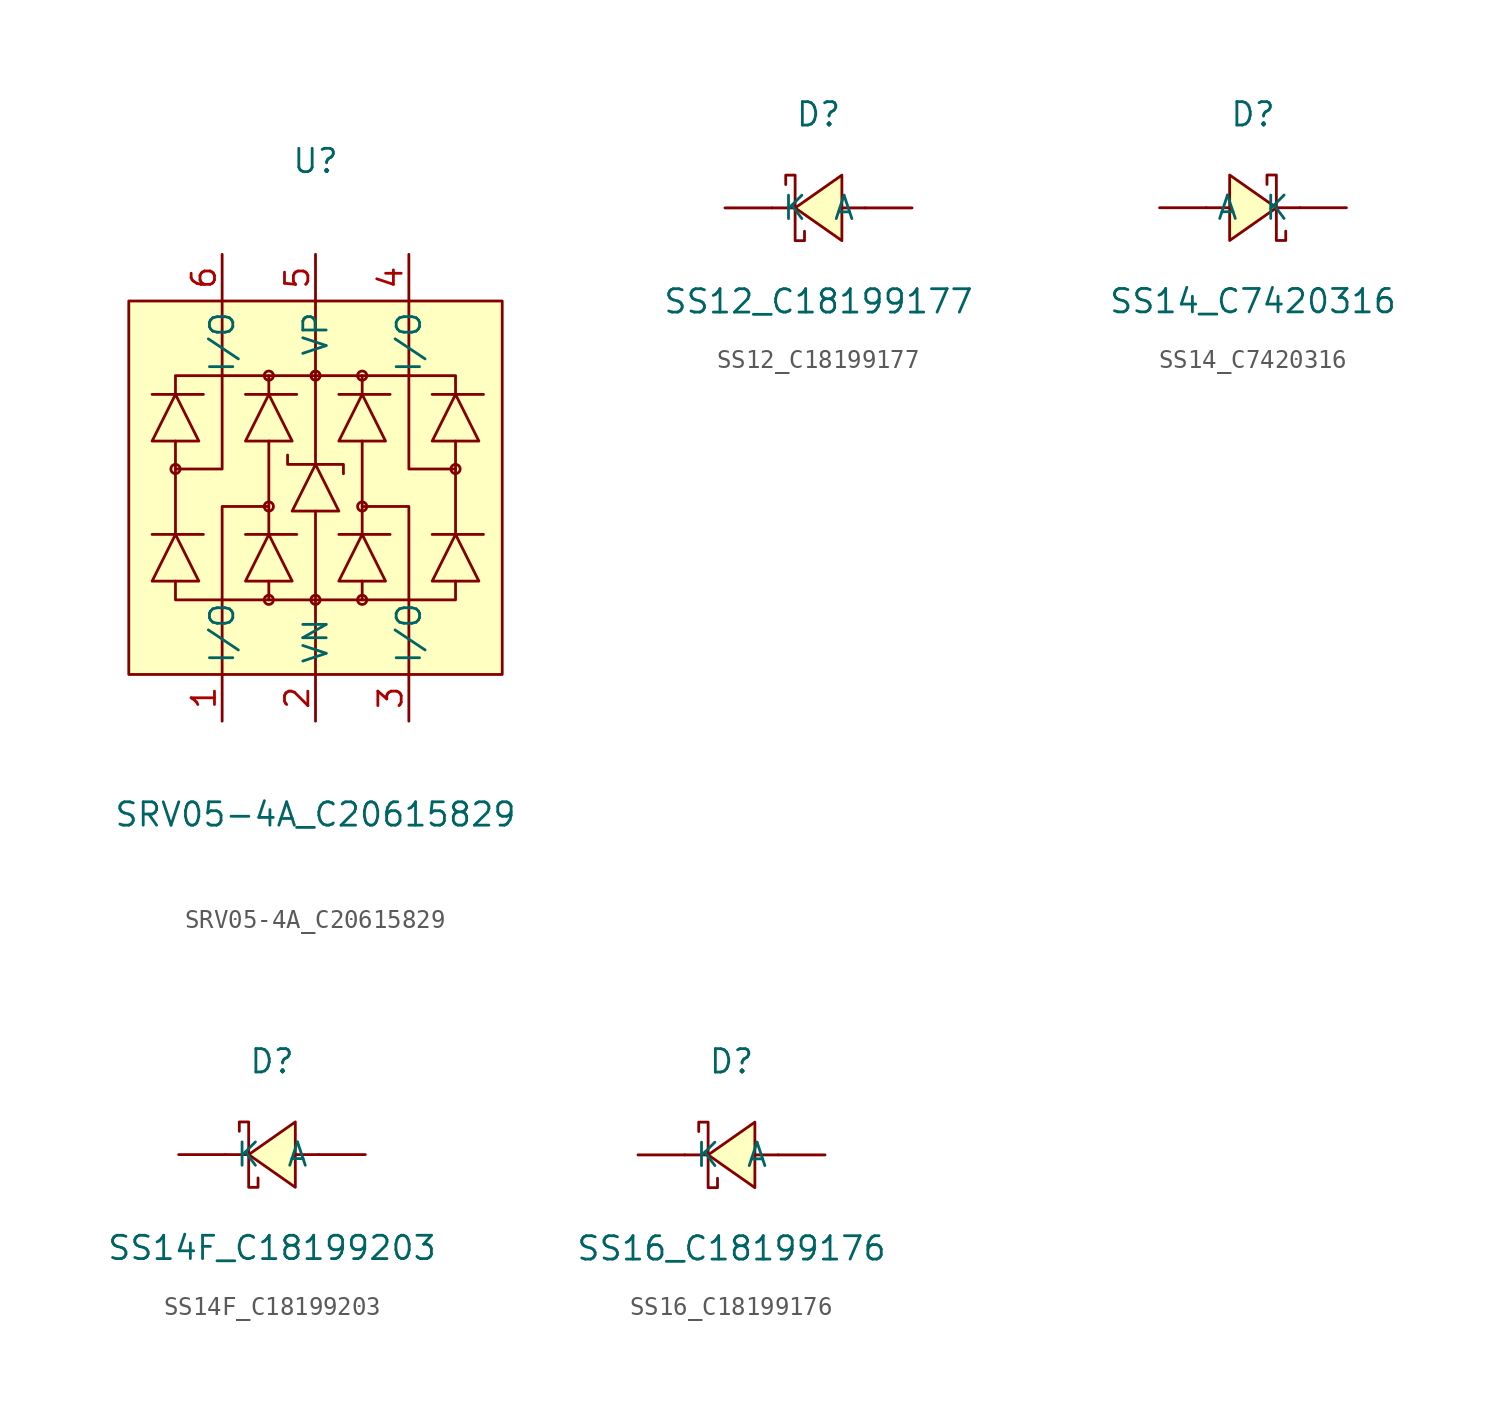
<source format=kicad_sym>
(kicad_symbol_lib
  (version 20241209)
  (generator "kicad_symbol_editor")
  (generator_version "9.0")
  (symbol "SRV05-4A_C20615829"
    (property "Reference" "U"
      (at 0 17.78 0)
      (effects (font (size 1.27 1.27))))
    (property "Value" "SRV05-4A_C20615829"
      (at 0 -17.78 0)
      (effects (font (size 1.27 1.27))))
    (symbol "SRV05-4A_C20615829_0_1"
      (rectangle (start -10.16 10.16) (end 10.16 -10.16) (stroke (width 0) (type default)) (fill (type background)))
      (polyline (pts (xy -8.89 2.54) (xy -7.62 5.08) (xy -6.35 2.54) (xy -8.89 2.54)) (stroke (width 0) (type default)) (fill (type background)))
      (polyline (pts (xy -8.89 -5.08) (xy -7.62 -2.54) (xy -6.35 -5.08) (xy -8.89 -5.08)) (stroke (width 0) (type default)) (fill (type background)))
      (polyline (pts (xy -7.62 5.08) (xy -7.62 6.1) (xy 7.62 6.1) (xy 7.62 5.08)) (stroke (width 0) (type default)) (fill (type none)))
      (polyline (pts (xy -7.62 2.54) (xy -7.62 -2.54)) (stroke (width 0) (type default)) (fill (type none)))
      (circle (center -7.62 1.02) (radius 0.25) (stroke (width 0) (type default)) (fill (type none)))
      (polyline (pts (xy -7.62 1.02) (xy -5.08 1.02) (xy -5.08 10.16)) (stroke (width 0) (type default)) (fill (type none)))
      (polyline (pts (xy -7.62 -5.08) (xy -7.62 -6.1) (xy 7.62 -6.1) (xy 7.62 -5.08)) (stroke (width 0) (type default)) (fill (type none)))
      (polyline (pts (xy -6.1 5.08) (xy -8.89 5.08)) (stroke (width 0) (type default)) (fill (type none)))
      (polyline (pts (xy -6.1 -2.54) (xy -8.89 -2.54)) (stroke (width 0) (type default)) (fill (type none)))
      (polyline (pts (xy -3.81 2.54) (xy -2.54 5.08) (xy -1.27 2.54) (xy -3.81 2.54)) (stroke (width 0) (type default)) (fill (type background)))
      (polyline (pts (xy -3.81 -5.08) (xy -2.54 -2.54) (xy -1.27 -5.08) (xy -3.81 -5.08)) (stroke (width 0) (type default)) (fill (type background)))
      (circle (center -2.54 6.1) (radius 0.25) (stroke (width 0) (type default)) (fill (type none)))
      (polyline (pts (xy -2.54 5.08) (xy -2.54 6.1)) (stroke (width 0) (type default)) (fill (type none)))
      (polyline (pts (xy -2.54 2.54) (xy -2.54 -2.54)) (stroke (width 0) (type default)) (fill (type none)))
      (circle (center -2.54 -1.02) (radius 0.25) (stroke (width 0) (type default)) (fill (type none)))
      (polyline (pts (xy -2.54 -1.02) (xy -5.08 -1.02) (xy -5.08 -10.16)) (stroke (width 0) (type default)) (fill (type none)))
      (polyline (pts (xy -2.54 -5.08) (xy -2.54 -6.1)) (stroke (width 0) (type default)) (fill (type none)))
      (circle (center -2.54 -6.1) (radius 0.25) (stroke (width 0) (type default)) (fill (type none)))
      (polyline (pts (xy -1.02 5.08) (xy -3.81 5.08)) (stroke (width 0) (type default)) (fill (type none)))
      (polyline (pts (xy -1.02 -2.54) (xy -3.81 -2.54)) (stroke (width 0) (type default)) (fill (type none)))
      (polyline (pts (xy 0 7.62) (xy 0 10.16)) (stroke (width 0) (type default)) (fill (type none)))
      (circle (center 0 6.1) (radius 0.25) (stroke (width 0) (type default)) (fill (type none)))
      (polyline (pts (xy 0 1.27) (xy 0 7.62)) (stroke (width 0) (type default)) (fill (type none)))
      (polyline (pts (xy 0 -1.27) (xy 0 -10.16)) (stroke (width 0) (type default)) (fill (type none)))
      (circle (center 0 -6.1) (radius 0.25) (stroke (width 0) (type default)) (fill (type none)))
      (polyline (pts (xy 1.27 2.54) (xy 2.54 5.08) (xy 3.81 2.54) (xy 1.27 2.54)) (stroke (width 0) (type default)) (fill (type background)))
      (polyline (pts (xy 1.27 -1.27) (xy 0 1.27) (xy -1.27 -1.27) (xy 1.27 -1.27)) (stroke (width 0) (type default)) (fill (type background)))
      (polyline (pts (xy 1.27 -5.08) (xy 2.54 -2.54) (xy 3.81 -5.08) (xy 1.27 -5.08)) (stroke (width 0) (type default)) (fill (type background)))
      (polyline (pts (xy 1.52 0.76) (xy 1.52 0.76) (xy 1.52 1.27) (xy -1.52 1.27) (xy -1.52 1.78) (xy -1.52 1.78)) (stroke (width 0) (type default)) (fill (type none)))
      (circle (center 2.54 6.1) (radius 0.25) (stroke (width 0) (type default)) (fill (type none)))
      (polyline (pts (xy 2.54 5.08) (xy 2.54 6.1)) (stroke (width 0) (type default)) (fill (type none)))
      (polyline (pts (xy 2.54 2.54) (xy 2.54 -2.54)) (stroke (width 0) (type default)) (fill (type none)))
      (polyline (pts (xy 2.54 -1.02) (xy 5.08 -1.02) (xy 5.08 -10.16)) (stroke (width 0) (type default)) (fill (type none)))
      (circle (center 2.54 -1.02) (radius 0.25) (stroke (width 0) (type default)) (fill (type none)))
      (polyline (pts (xy 2.54 -5.08) (xy 2.54 -6.1)) (stroke (width 0) (type default)) (fill (type none)))
      (circle (center 2.54 -6.1) (radius 0.25) (stroke (width 0) (type default)) (fill (type none)))
      (polyline (pts (xy 4.06 5.08) (xy 1.27 5.08)) (stroke (width 0) (type default)) (fill (type none)))
      (polyline (pts (xy 4.06 -2.54) (xy 1.27 -2.54)) (stroke (width 0) (type default)) (fill (type none)))
      (polyline (pts (xy 6.35 2.54) (xy 7.62 5.08) (xy 8.89 2.54) (xy 6.35 2.54)) (stroke (width 0) (type default)) (fill (type background)))
      (polyline (pts (xy 6.35 -5.08) (xy 7.62 -2.54) (xy 8.89 -5.08) (xy 6.35 -5.08)) (stroke (width 0) (type default)) (fill (type background)))
      (polyline (pts (xy 7.62 2.54) (xy 7.62 -2.54)) (stroke (width 0) (type default)) (fill (type none)))
      (polyline (pts (xy 7.62 1.02) (xy 5.08 1.02) (xy 5.08 10.16)) (stroke (width 0) (type default)) (fill (type none)))
      (circle (center 7.62 1.02) (radius 0.25) (stroke (width 0) (type default)) (fill (type none)))
      (polyline (pts (xy 9.14 5.08) (xy 6.35 5.08)) (stroke (width 0) (type default)) (fill (type none)))
      (polyline (pts (xy 9.14 -2.54) (xy 6.35 -2.54)) (stroke (width 0) (type default)) (fill (type none)))
      (pin unspecified line (at -5.08 12.7 270) (length 2.54) (name "I/O" (effects (font (size 1.27 1.27)))) (number "6" (effects (font (size 1.27 1.27)))))
      (pin unspecified line (at -5.08 -12.7 90) (length 2.54) (name "I/O" (effects (font (size 1.27 1.27)))) (number "1" (effects (font (size 1.27 1.27)))))
      (pin unspecified line (at 0 12.7 270) (length 2.54) (name "VP" (effects (font (size 1.27 1.27)))) (number "5" (effects (font (size 1.27 1.27)))))
      (pin unspecified line (at 0 -12.7 90) (length 2.54) (name "VN" (effects (font (size 1.27 1.27)))) (number "2" (effects (font (size 1.27 1.27)))))
      (pin unspecified line (at 5.08 12.7 270) (length 2.54) (name "I/O" (effects (font (size 1.27 1.27)))) (number "4" (effects (font (size 1.27 1.27)))))
      (pin unspecified line (at 5.08 -12.7 90) (length 2.54) (name "I/O" (effects (font (size 1.27 1.27)))) (number "3" (effects (font (size 1.27 1.27)))))))
  (symbol "SS12_C18199177"
    (pin_numbers
      (hide yes))
    (property "Reference" "D"
      (at 0 5.08 0)
      (effects (font (size 1.27 1.27))))
    (property "Value" "SS12_C18199177"
      (at 0 -5.08 0)
      (effects (font (size 1.27 1.27))))
    (symbol "SS12_C18199177_0_1"
      (polyline (pts (xy -1.78 1.27) (xy -1.78 1.78) (xy -1.27 1.78) (xy -1.27 -1.78) (xy -0.76 -1.78) (xy -0.76 -1.27)) (stroke (width 0) (type default)) (fill (type none)))
      (polyline (pts (xy -1.27 0) (xy -2.54 0)) (stroke (width 0) (type default)) (fill (type none)))
      (polyline (pts (xy 1.27 1.78) (xy -1.27 0) (xy 1.27 -1.78) (xy 1.27 1.78)) (stroke (width 0) (type default)) (fill (type background)))
      (polyline (pts (xy 2.54 0) (xy 1.27 0)) (stroke (width 0) (type default)) (fill (type none)))
      (pin unspecified line (at -5.08 0 0) (length 2.54) (name "K" (effects (font (size 1.27 1.27)))) (number "1" (effects (font (size 1.27 1.27)))))
      (pin unspecified line (at 5.08 0 180) (length 2.54) (name "A" (effects (font (size 1.27 1.27)))) (number "2" (effects (font (size 1.27 1.27)))))))
  (symbol "SS14_C7420316"
    (pin_numbers
      (hide yes))
    (property "Reference" "D"
      (at 0 5.08 0)
      (effects (font (size 1.27 1.27))))
    (property "Value" "SS14_C7420316"
      (at 0 -5.08 0)
      (effects (font (size 1.27 1.27))))
    (symbol "SS14_C7420316_0_1"
      (polyline (pts (xy -2.54 0) (xy -1.27 0)) (stroke (width 0) (type default)) (fill (type none)))
      (polyline (pts (xy -1.27 -1.78) (xy 1.27 0) (xy -1.27 1.78) (xy -1.27 -1.78)) (stroke (width 0) (type default)) (fill (type background)))
      (polyline (pts (xy 1.27 0) (xy 2.54 0)) (stroke (width 0) (type default)) (fill (type none)))
      (polyline (pts (xy 1.78 -1.27) (xy 1.78 -1.78) (xy 1.27 -1.78) (xy 1.27 1.78) (xy 0.76 1.78) (xy 0.76 1.27)) (stroke (width 0) (type default)) (fill (type none)))
      (pin unspecified line (at -5.08 0 0) (length 2.54) (name "A" (effects (font (size 1.27 1.27)))) (number "1" (effects (font (size 1.27 1.27)))))
      (pin unspecified line (at 5.08 0 180) (length 2.54) (name "K" (effects (font (size 1.27 1.27)))) (number "2" (effects (font (size 1.27 1.27)))))))
  (symbol "SS14F_C18199203"
    (pin_numbers
      (hide yes))
    (property "Reference" "D"
      (at 0 5.08 0)
      (effects (font (size 1.27 1.27))))
    (property "Value" "SS14F_C18199203"
      (at 0 -5.08 0)
      (effects (font (size 1.27 1.27))))
    (symbol "SS14F_C18199203_0_1"
      (polyline (pts (xy -1.78 1.27) (xy -1.78 1.78) (xy -1.27 1.78) (xy -1.27 -1.78) (xy -0.76 -1.78) (xy -0.76 -1.27)) (stroke (width 0) (type default)) (fill (type none)))
      (polyline (pts (xy -1.27 0) (xy -2.54 0)) (stroke (width 0) (type default)) (fill (type none)))
      (polyline (pts (xy 1.27 1.78) (xy -1.27 0) (xy 1.27 -1.78) (xy 1.27 1.78)) (stroke (width 0) (type default)) (fill (type background)))
      (polyline (pts (xy 2.54 0) (xy 1.27 0)) (stroke (width 0) (type default)) (fill (type none)))
      (pin unspecified line (at -5.08 0 0) (length 2.54) (name "K" (effects (font (size 1.27 1.27)))) (number "1" (effects (font (size 1.27 1.27)))))
      (pin unspecified line (at 5.08 0 180) (length 2.54) (name "A" (effects (font (size 1.27 1.27)))) (number "2" (effects (font (size 1.27 1.27)))))))
  (symbol "SS16_C18199176"
    (pin_numbers
      (hide yes))
    (property "Reference" "D"
      (at 0 5.08 0)
      (effects (font (size 1.27 1.27))))
    (property "Value" "SS16_C18199176"
      (at 0 -5.08 0)
      (effects (font (size 1.27 1.27))))
    (symbol "SS16_C18199176_0_1"
      (polyline (pts (xy -1.78 1.27) (xy -1.78 1.78) (xy -1.27 1.78) (xy -1.27 -1.78) (xy -0.76 -1.78) (xy -0.76 -1.27)) (stroke (width 0) (type default)) (fill (type none)))
      (polyline (pts (xy -1.27 0) (xy -2.54 0)) (stroke (width 0) (type default)) (fill (type none)))
      (polyline (pts (xy 1.27 1.78) (xy -1.27 0) (xy 1.27 -1.78) (xy 1.27 1.78)) (stroke (width 0) (type default)) (fill (type background)))
      (polyline (pts (xy 2.54 0) (xy 1.27 0)) (stroke (width 0) (type default)) (fill (type none)))
      (pin unspecified line (at -5.08 0 0) (length 2.54) (name "K" (effects (font (size 1.27 1.27)))) (number "1" (effects (font (size 1.27 1.27)))))
      (pin unspecified line (at 5.08 0 180) (length 2.54) (name "A" (effects (font (size 1.27 1.27)))) (number "2" (effects (font (size 1.27 1.27))))))))
</source>
